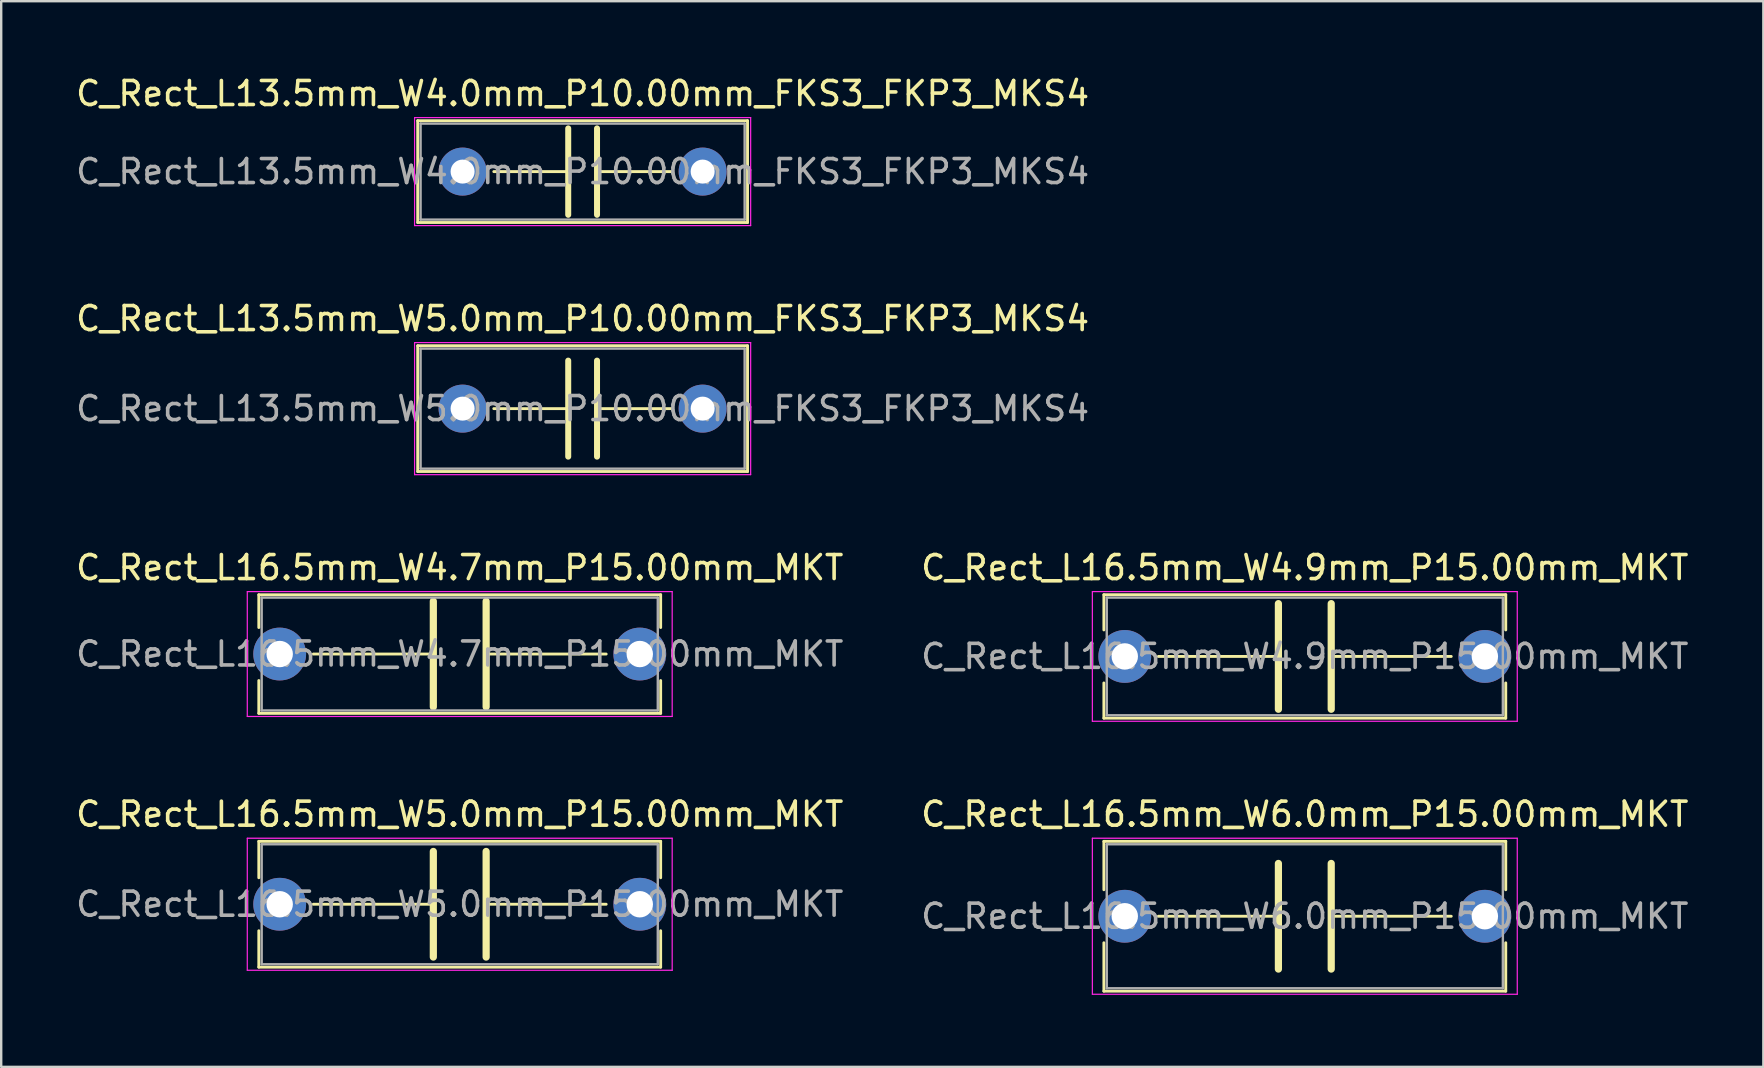
<source format=kicad_pcb>
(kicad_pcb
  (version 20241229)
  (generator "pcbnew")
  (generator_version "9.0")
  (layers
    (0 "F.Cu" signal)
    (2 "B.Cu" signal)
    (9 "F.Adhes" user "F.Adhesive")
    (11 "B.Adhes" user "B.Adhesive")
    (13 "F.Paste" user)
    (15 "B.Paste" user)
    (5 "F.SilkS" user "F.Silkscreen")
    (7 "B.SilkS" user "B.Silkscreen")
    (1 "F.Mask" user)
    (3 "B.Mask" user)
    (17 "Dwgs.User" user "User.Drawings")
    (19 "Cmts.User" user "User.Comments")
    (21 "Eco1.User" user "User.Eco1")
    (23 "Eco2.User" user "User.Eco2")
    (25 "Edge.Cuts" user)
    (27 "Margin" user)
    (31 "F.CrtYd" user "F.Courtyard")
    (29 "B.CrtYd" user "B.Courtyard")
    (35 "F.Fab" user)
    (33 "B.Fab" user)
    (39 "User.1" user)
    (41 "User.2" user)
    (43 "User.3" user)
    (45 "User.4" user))
  (footprint "C_Rect_L13.5mm_W4.0mm_P10.00mm_FKS3_FKP3_MKS4"
    (layer "F.Cu")
    (at 16.22 4.098)
    (property "Reference" "C_Rect_L13.5mm_W4.0mm_P10.00mm_FKS3_FKP3_MKS4" (at 5 -3.25 0) (layer "F.SilkS") (effects (font (size 1 1) (thickness 0.15))))
    (attr through_hole)
    (fp_line (start -1.87 -2.12) (end -1.87 2.12) (stroke (width 0.12) (type solid)) (layer "F.SilkS"))
    (fp_line (start -1.87 -2.12) (end 11.87 -2.12) (stroke (width 0.12) (type solid)) (layer "F.SilkS"))
    (fp_line (start -1.87 2.12) (end 11.87 2.12) (stroke (width 0.12) (type solid)) (layer "F.SilkS"))
    (fp_line (start 1.3 0) (end 4.4 0) (stroke (width 0.12) (type solid)) (layer "F.SilkS"))
    (fp_line (start 4.4 1.8) (end 4.4 -1.8) (stroke (width 0.25) (type solid)) (layer "F.SilkS"))
    (fp_line (start 5.6 1.8) (end 5.6 -1.8) (stroke (width 0.25) (type solid)) (layer "F.SilkS"))
    (fp_line (start 8.7 0) (end 5.6 0) (stroke (width 0.12) (type solid)) (layer "F.SilkS"))
    (fp_line (start 11.87 -2.12) (end 11.87 2.12) (stroke (width 0.12) (type solid)) (layer "F.SilkS"))
    (fp_line (start -2 -2.25) (end -2 2.25) (stroke (width 0.05) (type solid)) (layer "F.CrtYd"))
    (fp_line (start -2 2.25) (end 12 2.25) (stroke (width 0.05) (type solid)) (layer "F.CrtYd"))
    (fp_line (start 12 -2.25) (end -2 -2.25) (stroke (width 0.05) (type solid)) (layer "F.CrtYd"))
    (fp_line (start 12 2.25) (end 12 -2.25) (stroke (width 0.05) (type solid)) (layer "F.CrtYd"))
    (fp_line (start -1.75 -2) (end -1.75 2) (stroke (width 0.1) (type solid)) (layer "F.Fab"))
    (fp_line (start -1.75 2) (end 11.75 2) (stroke (width 0.1) (type solid)) (layer "F.Fab"))
    (fp_line (start 11.75 -2) (end -1.75 -2) (stroke (width 0.1) (type solid)) (layer "F.Fab"))
    (fp_line (start 11.75 2) (end 11.75 -2) (stroke (width 0.1) (type solid)) (layer "F.Fab"))
    (fp_text user "${REFERENCE}" (at 5 0 0) (layer "F.Fab") (effects (font (size 1 1) (thickness 0.15))))
    (pad "1" thru_hole circle (at 0 0) (size 2 2) (drill 1) (layers "*.Cu" "*.Mask"))
    (pad "2" thru_hole circle (at 10 0) (size 2 2) (drill 1) (layers "*.Cu" "*.Mask")))
  (footprint "C_Rect_L16.5mm_W4.9mm_P15.00mm_MKT"
    (layer "F.Cu")
    (at 43.804 24.295)
    (property "Reference" "C_Rect_L16.5mm_W4.9mm_P15.00mm_MKT" (at 7.5 -3.7 0) (layer "F.SilkS") (effects (font (size 1 1) (thickness 0.15))))
    (attr through_hole)
    (fp_line (start -0.87 -2.571) (end -0.87 -1.104) (stroke (width 0.12) (type solid)) (layer "F.SilkS"))
    (fp_line (start -0.87 -2.571) (end 15.87 -2.571) (stroke (width 0.12) (type solid)) (layer "F.SilkS"))
    (fp_line (start -0.87 1.104) (end -0.87 2.571) (stroke (width 0.12) (type solid)) (layer "F.SilkS"))
    (fp_line (start -0.87 2.571) (end 15.87 2.571) (stroke (width 0.12) (type solid)) (layer "F.SilkS"))
    (fp_line (start 1.4 0) (end 6.4 0) (stroke (width 0.12) (type solid)) (layer "F.SilkS"))
    (fp_line (start 6.4 -2.2) (end 6.4 2.2) (stroke (width 0.3) (type solid)) (layer "F.SilkS"))
    (fp_line (start 8.6 -2.2) (end 8.6 2.2) (stroke (width 0.3) (type solid)) (layer "F.SilkS"))
    (fp_line (start 8.6 0) (end 13.6 0) (stroke (width 0.12) (type solid)) (layer "F.SilkS"))
    (fp_line (start 15.87 -2.571) (end 15.87 -1.104) (stroke (width 0.12) (type solid)) (layer "F.SilkS"))
    (fp_line (start 15.87 1.104) (end 15.87 2.571) (stroke (width 0.12) (type solid)) (layer "F.SilkS"))
    (fp_line (start -1.35 -2.7) (end -1.35 2.7) (stroke (width 0.05) (type solid)) (layer "F.CrtYd"))
    (fp_line (start -1.35 2.7) (end 16.35 2.7) (stroke (width 0.05) (type solid)) (layer "F.CrtYd"))
    (fp_line (start 16.35 -2.7) (end -1.35 -2.7) (stroke (width 0.05) (type solid)) (layer "F.CrtYd"))
    (fp_line (start 16.35 2.7) (end 16.35 -2.7) (stroke (width 0.05) (type solid)) (layer "F.CrtYd"))
    (fp_line (start -0.75 -2.45) (end -0.75 2.45) (stroke (width 0.1) (type solid)) (layer "F.Fab"))
    (fp_line (start -0.75 2.45) (end 15.75 2.45) (stroke (width 0.1) (type solid)) (layer "F.Fab"))
    (fp_line (start 15.75 -2.45) (end -0.75 -2.45) (stroke (width 0.1) (type solid)) (layer "F.Fab"))
    (fp_line (start 15.75 2.45) (end 15.75 -2.45) (stroke (width 0.1) (type solid)) (layer "F.Fab"))
    (fp_text user "${REFERENCE}" (at 7.5 0 0) (layer "F.Fab") (effects (font (size 1 1) (thickness 0.15))))
    (pad "1" thru_hole circle (at 0 0) (size 2.2 2.2) (drill 1.1) (layers "*.Cu" "*.Mask"))
    (pad "2" thru_hole circle (at 15 0) (size 2.2 2.2) (drill 1.1) (layers "*.Cu" "*.Mask")))
  (footprint "C_Rect_L13.5mm_W5.0mm_P10.00mm_FKS3_FKP3_MKS4"
    (layer "F.Cu")
    (at 16.22 13.972)
    (property "Reference" "C_Rect_L13.5mm_W5.0mm_P10.00mm_FKS3_FKP3_MKS4" (at 5 -3.75 0) (layer "F.SilkS") (effects (font (size 1 1) (thickness 0.15))))
    (attr through_hole)
    (fp_line (start -1.87 -2.62) (end -1.87 2.62) (stroke (width 0.12) (type solid)) (layer "F.SilkS"))
    (fp_line (start -1.87 -2.62) (end 11.87 -2.62) (stroke (width 0.12) (type solid)) (layer "F.SilkS"))
    (fp_line (start -1.87 2.62) (end 11.87 2.62) (stroke (width 0.12) (type solid)) (layer "F.SilkS"))
    (fp_line (start 1.3 0) (end 4.4 0) (stroke (width 0.12) (type solid)) (layer "F.SilkS"))
    (fp_line (start 4.4 2) (end 4.4 -2) (stroke (width 0.25) (type solid)) (layer "F.SilkS"))
    (fp_line (start 5.6 2) (end 5.6 -2) (stroke (width 0.25) (type solid)) (layer "F.SilkS"))
    (fp_line (start 8.7 0) (end 5.6 0) (stroke (width 0.12) (type solid)) (layer "F.SilkS"))
    (fp_line (start 11.87 -2.62) (end 11.87 2.62) (stroke (width 0.12) (type solid)) (layer "F.SilkS"))
    (fp_line (start -2 -2.75) (end -2 2.75) (stroke (width 0.05) (type solid)) (layer "F.CrtYd"))
    (fp_line (start -2 2.75) (end 12 2.75) (stroke (width 0.05) (type solid)) (layer "F.CrtYd"))
    (fp_line (start 12 -2.75) (end -2 -2.75) (stroke (width 0.05) (type solid)) (layer "F.CrtYd"))
    (fp_line (start 12 2.75) (end 12 -2.75) (stroke (width 0.05) (type solid)) (layer "F.CrtYd"))
    (fp_line (start -1.75 -2.5) (end -1.75 2.5) (stroke (width 0.1) (type solid)) (layer "F.Fab"))
    (fp_line (start -1.75 2.5) (end 11.75 2.5) (stroke (width 0.1) (type solid)) (layer "F.Fab"))
    (fp_line (start 11.75 -2.5) (end -1.75 -2.5) (stroke (width 0.1) (type solid)) (layer "F.Fab"))
    (fp_line (start 11.75 2.5) (end 11.75 -2.5) (stroke (width 0.1) (type solid)) (layer "F.Fab"))
    (fp_text user "${REFERENCE}" (at 5 0 0) (layer "F.Fab") (effects (font (size 1 1) (thickness 0.15))))
    (pad "1" thru_hole circle (at 0 0) (size 2 2) (drill 1) (layers "*.Cu" "*.Mask"))
    (pad "2" thru_hole circle (at 10 0) (size 2 2) (drill 1) (layers "*.Cu" "*.Mask")))
  (footprint "C_Rect_L16.5mm_W6.0mm_P15.00mm_MKT"
    (layer "F.Cu")
    (at 43.804 35.118)
    (property "Reference" "C_Rect_L16.5mm_W6.0mm_P15.00mm_MKT" (at 7.5 -4.25 0) (layer "F.SilkS") (effects (font (size 1 1) (thickness 0.15))))
    (attr through_hole)
    (fp_line (start -0.87 -3.12) (end -0.87 -1.104) (stroke (width 0.12) (type solid)) (layer "F.SilkS"))
    (fp_line (start -0.87 -3.12) (end 15.87 -3.12) (stroke (width 0.12) (type solid)) (layer "F.SilkS"))
    (fp_line (start -0.87 1.104) (end -0.87 3.12) (stroke (width 0.12) (type solid)) (layer "F.SilkS"))
    (fp_line (start -0.87 3.12) (end 15.87 3.12) (stroke (width 0.12) (type solid)) (layer "F.SilkS"))
    (fp_line (start 1.4 0) (end 6.4 0) (stroke (width 0.12) (type solid)) (layer "F.SilkS"))
    (fp_line (start 6.4 -2.2) (end 6.4 2.2) (stroke (width 0.3) (type solid)) (layer "F.SilkS"))
    (fp_line (start 8.6 -2.2) (end 8.6 2.2) (stroke (width 0.3) (type solid)) (layer "F.SilkS"))
    (fp_line (start 8.6 0) (end 13.6 0) (stroke (width 0.12) (type solid)) (layer "F.SilkS"))
    (fp_line (start 15.87 -3.12) (end 15.87 -1.104) (stroke (width 0.12) (type solid)) (layer "F.SilkS"))
    (fp_line (start 15.87 1.104) (end 15.87 3.12) (stroke (width 0.12) (type solid)) (layer "F.SilkS"))
    (fp_line (start -1.35 -3.25) (end -1.35 3.25) (stroke (width 0.05) (type solid)) (layer "F.CrtYd"))
    (fp_line (start -1.35 3.25) (end 16.35 3.25) (stroke (width 0.05) (type solid)) (layer "F.CrtYd"))
    (fp_line (start 16.35 -3.25) (end -1.35 -3.25) (stroke (width 0.05) (type solid)) (layer "F.CrtYd"))
    (fp_line (start 16.35 3.25) (end 16.35 -3.25) (stroke (width 0.05) (type solid)) (layer "F.CrtYd"))
    (fp_line (start -0.75 -3) (end -0.75 3) (stroke (width 0.1) (type solid)) (layer "F.Fab"))
    (fp_line (start -0.75 3) (end 15.75 3) (stroke (width 0.1) (type solid)) (layer "F.Fab"))
    (fp_line (start 15.75 -3) (end -0.75 -3) (stroke (width 0.1) (type solid)) (layer "F.Fab"))
    (fp_line (start 15.75 3) (end 15.75 -3) (stroke (width 0.1) (type solid)) (layer "F.Fab"))
    (fp_text user "${REFERENCE}" (at 7.5 0 0) (layer "F.Fab") (effects (font (size 1 1) (thickness 0.15))))
    (pad "1" thru_hole circle (at 0 0) (size 2.2 2.2) (drill 1.1) (layers "*.Cu" "*.Mask"))
    (pad "2" thru_hole circle (at 15 0) (size 2.2 2.2) (drill 1.1) (layers "*.Cu" "*.Mask")))
  (footprint "C_Rect_L16.5mm_W5.0mm_P15.00mm_MKT"
    (layer "F.Cu")
    (at 8.601 34.618)
    (property "Reference" "C_Rect_L16.5mm_W5.0mm_P15.00mm_MKT" (at 7.5 -3.75 0) (layer "F.SilkS") (effects (font (size 1 1) (thickness 0.15))))
    (attr through_hole)
    (fp_line (start -0.87 -2.62) (end -0.87 -1.104) (stroke (width 0.12) (type solid)) (layer "F.SilkS"))
    (fp_line (start -0.87 -2.62) (end 15.87 -2.62) (stroke (width 0.12) (type solid)) (layer "F.SilkS"))
    (fp_line (start -0.87 1.104) (end -0.87 2.62) (stroke (width 0.12) (type solid)) (layer "F.SilkS"))
    (fp_line (start -0.87 2.62) (end 15.87 2.62) (stroke (width 0.12) (type solid)) (layer "F.SilkS"))
    (fp_line (start 1.4 0) (end 6.4 0) (stroke (width 0.12) (type solid)) (layer "F.SilkS"))
    (fp_line (start 6.4 -2.2) (end 6.4 2.2) (stroke (width 0.3) (type solid)) (layer "F.SilkS"))
    (fp_line (start 8.6 -2.2) (end 8.6 2.2) (stroke (width 0.3) (type solid)) (layer "F.SilkS"))
    (fp_line (start 8.6 0) (end 13.6 0) (stroke (width 0.12) (type solid)) (layer "F.SilkS"))
    (fp_line (start 15.87 -2.62) (end 15.87 -1.104) (stroke (width 0.12) (type solid)) (layer "F.SilkS"))
    (fp_line (start 15.87 1.104) (end 15.87 2.62) (stroke (width 0.12) (type solid)) (layer "F.SilkS"))
    (fp_line (start -1.35 -2.75) (end -1.35 2.75) (stroke (width 0.05) (type solid)) (layer "F.CrtYd"))
    (fp_line (start -1.35 2.75) (end 16.35 2.75) (stroke (width 0.05) (type solid)) (layer "F.CrtYd"))
    (fp_line (start 16.35 -2.75) (end -1.35 -2.75) (stroke (width 0.05) (type solid)) (layer "F.CrtYd"))
    (fp_line (start 16.35 2.75) (end 16.35 -2.75) (stroke (width 0.05) (type solid)) (layer "F.CrtYd"))
    (fp_line (start -0.75 -2.5) (end -0.75 2.5) (stroke (width 0.1) (type solid)) (layer "F.Fab"))
    (fp_line (start -0.75 2.5) (end 15.75 2.5) (stroke (width 0.1) (type solid)) (layer "F.Fab"))
    (fp_line (start 15.75 -2.5) (end -0.75 -2.5) (stroke (width 0.1) (type solid)) (layer "F.Fab"))
    (fp_line (start 15.75 2.5) (end 15.75 -2.5) (stroke (width 0.1) (type solid)) (layer "F.Fab"))
    (fp_text user "${REFERENCE}" (at 7.5 0 0) (layer "F.Fab") (effects (font (size 1 1) (thickness 0.15))))
    (pad "1" thru_hole circle (at 0 0) (size 2.2 2.2) (drill 1.1) (layers "*.Cu" "*.Mask"))
    (pad "2" thru_hole circle (at 15 0) (size 2.2 2.2) (drill 1.1) (layers "*.Cu" "*.Mask")))
  (footprint "C_Rect_L16.5mm_W4.7mm_P15.00mm_MKT"
    (layer "F.Cu")
    (at 8.601 24.195)
    (property "Reference" "C_Rect_L16.5mm_W4.7mm_P15.00mm_MKT" (at 7.5 -3.6 0) (layer "F.SilkS") (effects (font (size 1 1) (thickness 0.15))))
    (attr through_hole)
    (fp_line (start -0.87 -2.47) (end -0.87 -1.104) (stroke (width 0.12) (type solid)) (layer "F.SilkS"))
    (fp_line (start -0.87 -2.47) (end 15.87 -2.47) (stroke (width 0.12) (type solid)) (layer "F.SilkS"))
    (fp_line (start -0.87 1.104) (end -0.87 2.47) (stroke (width 0.12) (type solid)) (layer "F.SilkS"))
    (fp_line (start -0.87 2.47) (end 15.87 2.47) (stroke (width 0.12) (type solid)) (layer "F.SilkS"))
    (fp_line (start 1.4 0) (end 6.4 0) (stroke (width 0.12) (type solid)) (layer "F.SilkS"))
    (fp_line (start 6.4 -2.2) (end 6.4 2.2) (stroke (width 0.3) (type solid)) (layer "F.SilkS"))
    (fp_line (start 8.6 -2.2) (end 8.6 2.2) (stroke (width 0.3) (type solid)) (layer "F.SilkS"))
    (fp_line (start 8.6 0) (end 13.6 0) (stroke (width 0.12) (type solid)) (layer "F.SilkS"))
    (fp_line (start 15.87 -2.47) (end 15.87 -1.104) (stroke (width 0.12) (type solid)) (layer "F.SilkS"))
    (fp_line (start 15.87 1.104) (end 15.87 2.47) (stroke (width 0.12) (type solid)) (layer "F.SilkS"))
    (fp_line (start -1.35 -2.6) (end -1.35 2.6) (stroke (width 0.05) (type solid)) (layer "F.CrtYd"))
    (fp_line (start -1.35 2.6) (end 16.35 2.6) (stroke (width 0.05) (type solid)) (layer "F.CrtYd"))
    (fp_line (start 16.35 -2.6) (end -1.35 -2.6) (stroke (width 0.05) (type solid)) (layer "F.CrtYd"))
    (fp_line (start 16.35 2.6) (end 16.35 -2.6) (stroke (width 0.05) (type solid)) (layer "F.CrtYd"))
    (fp_line (start -0.75 -2.35) (end -0.75 2.35) (stroke (width 0.1) (type solid)) (layer "F.Fab"))
    (fp_line (start -0.75 2.35) (end 15.75 2.35) (stroke (width 0.1) (type solid)) (layer "F.Fab"))
    (fp_line (start 15.75 -2.35) (end -0.75 -2.35) (stroke (width 0.1) (type solid)) (layer "F.Fab"))
    (fp_line (start 15.75 2.35) (end 15.75 -2.35) (stroke (width 0.1) (type solid)) (layer "F.Fab"))
    (fp_text user "${REFERENCE}" (at 7.5 0 0) (layer "F.Fab") (effects (font (size 1 1) (thickness 0.15))))
    (pad "1" thru_hole circle (at 0 0) (size 2.2 2.2) (drill 1.1) (layers "*.Cu" "*.Mask"))
    (pad "2" thru_hole circle (at 15 0) (size 2.2 2.2) (drill 1.1) (layers "*.Cu" "*.Mask")))
  (gr_rect
    (start -3 -3)
    (end 70.405 41.393)
    (stroke (width 0.1) (type default))
    (fill no)
    (layer "Edge.Cuts")))
</source>
